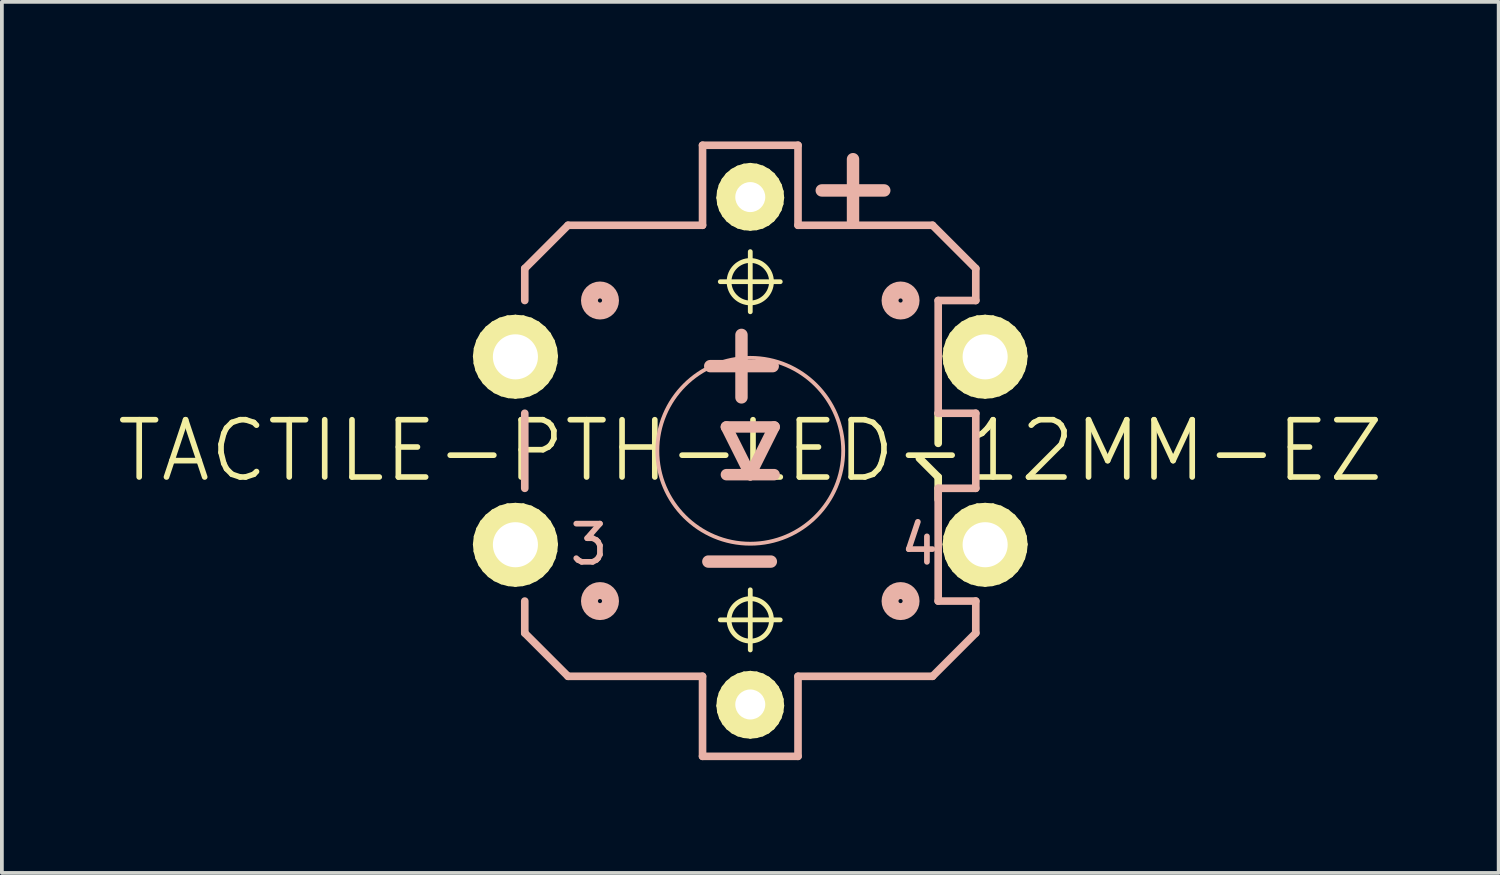
<source format=kicad_pcb>
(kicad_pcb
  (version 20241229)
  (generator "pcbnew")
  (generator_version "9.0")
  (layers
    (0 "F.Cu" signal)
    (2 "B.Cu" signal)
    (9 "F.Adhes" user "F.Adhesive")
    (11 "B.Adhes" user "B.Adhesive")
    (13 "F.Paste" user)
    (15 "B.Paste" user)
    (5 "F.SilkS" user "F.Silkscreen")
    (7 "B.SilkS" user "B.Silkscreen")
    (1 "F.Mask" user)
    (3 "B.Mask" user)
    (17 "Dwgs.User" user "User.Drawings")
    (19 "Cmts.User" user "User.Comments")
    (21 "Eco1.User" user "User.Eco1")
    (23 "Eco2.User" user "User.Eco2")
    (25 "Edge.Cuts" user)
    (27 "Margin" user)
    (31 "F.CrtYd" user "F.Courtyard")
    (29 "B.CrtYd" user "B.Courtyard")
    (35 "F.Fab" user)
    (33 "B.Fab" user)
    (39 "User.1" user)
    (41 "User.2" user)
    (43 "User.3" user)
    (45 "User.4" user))
  (footprint "TACTILE-PTH-LED-12MM-EZ"
    (layer "F.Cu")
    (at 16.909 8.942)
    (property "Reference" "TACTILE-PTH-LED-12MM-EZ" (at 0 0 0) (layer "F.SilkS") (effects (font (size 1.524 1.524) (thickness 0.15))))
    (attr exclude_from_pos_files exclude_from_bom)
    (fp_line (start -7.315 -2.515) (end -7.297 -2.329) (stroke (width 0.127) (type solid)) (layer "F.SilkS"))
    (fp_line (start -7.315 2.489) (end -7.297 2.672) (stroke (width 0.127) (type solid)) (layer "F.SilkS"))
    (fp_line (start -7.297 -2.329) (end -7.249 -2.149) (stroke (width 0.127) (type solid)) (layer "F.SilkS"))
    (fp_line (start -7.297 2.672) (end -7.249 2.852) (stroke (width 0.127) (type solid)) (layer "F.SilkS"))
    (fp_line (start -7.292 -2.718) (end -7.315 -2.515) (stroke (width 0.127) (type solid)) (layer "F.SilkS"))
    (fp_line (start -7.292 2.283) (end -7.315 2.489) (stroke (width 0.127) (type solid)) (layer "F.SilkS"))
    (fp_line (start -7.249 -2.149) (end -7.17 -1.981) (stroke (width 0.127) (type solid)) (layer "F.SilkS"))
    (fp_line (start -7.249 2.852) (end -7.17 3.023) (stroke (width 0.127) (type solid)) (layer "F.SilkS"))
    (fp_line (start -7.229 -2.916) (end -7.292 -2.718) (stroke (width 0.127) (type solid)) (layer "F.SilkS"))
    (fp_line (start -7.229 2.085) (end -7.292 2.283) (stroke (width 0.127) (type solid)) (layer "F.SilkS"))
    (fp_line (start -7.17 -1.981) (end -7.064 -1.829) (stroke (width 0.127) (type solid)) (layer "F.SilkS"))
    (fp_line (start -7.17 3.023) (end -7.064 3.172) (stroke (width 0.127) (type solid)) (layer "F.SilkS"))
    (fp_line (start -7.13 -3.096) (end -7.229 -2.916) (stroke (width 0.127) (type solid)) (layer "F.SilkS"))
    (fp_line (start -7.13 1.905) (end -7.229 2.085) (stroke (width 0.127) (type solid)) (layer "F.SilkS"))
    (fp_line (start -7.064 -1.829) (end -6.932 -1.697) (stroke (width 0.127) (type solid)) (layer "F.SilkS"))
    (fp_line (start -7.064 3.172) (end -6.932 3.305) (stroke (width 0.127) (type solid)) (layer "F.SilkS"))
    (fp_line (start -6.995 -3.254) (end -7.13 -3.096) (stroke (width 0.127) (type solid)) (layer "F.SilkS"))
    (fp_line (start -6.995 1.748) (end -7.13 1.905) (stroke (width 0.127) (type solid)) (layer "F.SilkS"))
    (fp_line (start -6.932 -1.697) (end -6.782 -1.59) (stroke (width 0.127) (type solid)) (layer "F.SilkS"))
    (fp_line (start -6.932 3.305) (end -6.782 3.411) (stroke (width 0.127) (type solid)) (layer "F.SilkS"))
    (fp_line (start -6.835 -3.383) (end -6.995 -3.254) (stroke (width 0.127) (type solid)) (layer "F.SilkS"))
    (fp_line (start -6.835 1.618) (end -6.995 1.748) (stroke (width 0.127) (type solid)) (layer "F.SilkS"))
    (fp_line (start -6.782 -1.59) (end -6.612 -1.511) (stroke (width 0.127) (type solid)) (layer "F.SilkS"))
    (fp_line (start -6.782 2.52) (end -6.764 2.634) (stroke (width 0.127) (type solid)) (layer "F.SilkS"))
    (fp_line (start -6.782 3.411) (end -6.612 3.49) (stroke (width 0.127) (type solid)) (layer "F.SilkS"))
    (fp_line (start -6.777 -2.469) (end -6.761 -2.355) (stroke (width 0.127) (type solid)) (layer "F.SilkS"))
    (fp_line (start -6.769 2.398) (end -6.782 2.52) (stroke (width 0.127) (type solid)) (layer "F.SilkS"))
    (fp_line (start -6.767 -2.591) (end -6.777 -2.469) (stroke (width 0.127) (type solid)) (layer "F.SilkS"))
    (fp_line (start -6.764 2.634) (end -6.723 2.741) (stroke (width 0.127) (type solid)) (layer "F.SilkS"))
    (fp_line (start -6.761 -2.355) (end -6.721 -2.248) (stroke (width 0.127) (type solid)) (layer "F.SilkS"))
    (fp_line (start -6.731 2.283) (end -6.769 2.398) (stroke (width 0.127) (type solid)) (layer "F.SilkS"))
    (fp_line (start -6.728 -2.705) (end -6.767 -2.591) (stroke (width 0.127) (type solid)) (layer "F.SilkS"))
    (fp_line (start -6.723 2.741) (end -6.66 2.837) (stroke (width 0.127) (type solid)) (layer "F.SilkS"))
    (fp_line (start -6.721 -2.248) (end -6.657 -2.151) (stroke (width 0.127) (type solid)) (layer "F.SilkS"))
    (fp_line (start -6.67 2.179) (end -6.731 2.283) (stroke (width 0.127) (type solid)) (layer "F.SilkS"))
    (fp_line (start -6.668 -2.809) (end -6.728 -2.705) (stroke (width 0.127) (type solid)) (layer "F.SilkS"))
    (fp_line (start -6.66 2.837) (end -6.576 2.918) (stroke (width 0.127) (type solid)) (layer "F.SilkS"))
    (fp_line (start -6.657 -2.151) (end -6.574 -2.07) (stroke (width 0.127) (type solid)) (layer "F.SilkS"))
    (fp_line (start -6.652 -3.48) (end -6.835 -3.383) (stroke (width 0.127) (type solid)) (layer "F.SilkS"))
    (fp_line (start -6.652 1.521) (end -6.835 1.618) (stroke (width 0.127) (type solid)) (layer "F.SilkS"))
    (fp_line (start -6.612 -1.511) (end -6.431 -1.463) (stroke (width 0.127) (type solid)) (layer "F.SilkS"))
    (fp_line (start -6.612 3.49) (end -6.431 3.538) (stroke (width 0.127) (type solid)) (layer "F.SilkS"))
    (fp_line (start -6.586 2.093) (end -6.67 2.179) (stroke (width 0.127) (type solid)) (layer "F.SilkS"))
    (fp_line (start -6.584 -2.896) (end -6.668 -2.809) (stroke (width 0.127) (type solid)) (layer "F.SilkS"))
    (fp_line (start -6.576 2.918) (end -6.477 2.977) (stroke (width 0.127) (type solid)) (layer "F.SilkS"))
    (fp_line (start -6.574 -2.07) (end -6.474 -2.012) (stroke (width 0.127) (type solid)) (layer "F.SilkS"))
    (fp_line (start -6.485 2.024) (end -6.586 2.093) (stroke (width 0.127) (type solid)) (layer "F.SilkS"))
    (fp_line (start -6.482 -2.964) (end -6.584 -2.896) (stroke (width 0.127) (type solid)) (layer "F.SilkS"))
    (fp_line (start -6.477 2.977) (end -6.368 3.012) (stroke (width 0.127) (type solid)) (layer "F.SilkS"))
    (fp_line (start -6.474 -2.012) (end -6.365 -1.976) (stroke (width 0.127) (type solid)) (layer "F.SilkS"))
    (fp_line (start -6.454 -3.538) (end -6.652 -3.48) (stroke (width 0.127) (type solid)) (layer "F.SilkS"))
    (fp_line (start -6.454 1.463) (end -6.652 1.521) (stroke (width 0.127) (type solid)) (layer "F.SilkS"))
    (fp_line (start -6.431 -1.463) (end -6.248 -1.448) (stroke (width 0.127) (type solid)) (layer "F.SilkS"))
    (fp_line (start -6.431 3.538) (end -6.248 3.556) (stroke (width 0.127) (type solid)) (layer "F.SilkS"))
    (fp_line (start -6.373 1.984) (end -6.485 2.024) (stroke (width 0.127) (type solid)) (layer "F.SilkS"))
    (fp_line (start -6.37 -3.005) (end -6.482 -2.964) (stroke (width 0.127) (type solid)) (layer "F.SilkS"))
    (fp_line (start -6.368 3.012) (end -6.253 3.025) (stroke (width 0.127) (type solid)) (layer "F.SilkS"))
    (fp_line (start -6.365 -1.976) (end -6.251 -1.963) (stroke (width 0.127) (type solid)) (layer "F.SilkS"))
    (fp_line (start -6.253 3.025) (end -6.134 3.007) (stroke (width 0.127) (type solid)) (layer "F.SilkS"))
    (fp_line (start -6.251 -1.963) (end -6.132 -1.981) (stroke (width 0.127) (type solid)) (layer "F.SilkS"))
    (fp_line (start -6.251 1.968) (end -6.373 1.984) (stroke (width 0.127) (type solid)) (layer "F.SilkS"))
    (fp_line (start -6.248 -3.556) (end -6.454 -3.538) (stroke (width 0.127) (type solid)) (layer "F.SilkS"))
    (fp_line (start -6.248 -3.02) (end -6.37 -3.005) (stroke (width 0.127) (type solid)) (layer "F.SilkS"))
    (fp_line (start -6.248 -1.448) (end -6.063 -1.463) (stroke (width 0.127) (type solid)) (layer "F.SilkS"))
    (fp_line (start -6.248 1.448) (end -6.454 1.463) (stroke (width 0.127) (type solid)) (layer "F.SilkS"))
    (fp_line (start -6.248 3.556) (end -6.063 3.538) (stroke (width 0.127) (type solid)) (layer "F.SilkS"))
    (fp_line (start -6.137 1.979) (end -6.251 1.968) (stroke (width 0.127) (type solid)) (layer "F.SilkS"))
    (fp_line (start -6.134 -3.01) (end -6.248 -3.02) (stroke (width 0.127) (type solid)) (layer "F.SilkS"))
    (fp_line (start -6.134 3.007) (end -6.02 2.967) (stroke (width 0.127) (type solid)) (layer "F.SilkS"))
    (fp_line (start -6.132 -1.981) (end -6.017 -2.022) (stroke (width 0.127) (type solid)) (layer "F.SilkS"))
    (fp_line (start -6.063 -1.463) (end -5.883 -1.511) (stroke (width 0.127) (type solid)) (layer "F.SilkS"))
    (fp_line (start -6.063 3.538) (end -5.883 3.49) (stroke (width 0.127) (type solid)) (layer "F.SilkS"))
    (fp_line (start -6.04 -3.538) (end -6.248 -3.556) (stroke (width 0.127) (type solid)) (layer "F.SilkS"))
    (fp_line (start -6.04 1.463) (end -6.248 1.448) (stroke (width 0.127) (type solid)) (layer "F.SilkS"))
    (fp_line (start -6.027 2.014) (end -6.137 1.979) (stroke (width 0.127) (type solid)) (layer "F.SilkS"))
    (fp_line (start -6.025 -2.974) (end -6.134 -3.01) (stroke (width 0.127) (type solid)) (layer "F.SilkS"))
    (fp_line (start -6.02 2.967) (end -5.921 2.901) (stroke (width 0.127) (type solid)) (layer "F.SilkS"))
    (fp_line (start -6.017 -2.022) (end -5.918 -2.088) (stroke (width 0.127) (type solid)) (layer "F.SilkS"))
    (fp_line (start -5.928 2.075) (end -6.027 2.014) (stroke (width 0.127) (type solid)) (layer "F.SilkS"))
    (fp_line (start -5.926 -2.913) (end -6.025 -2.974) (stroke (width 0.127) (type solid)) (layer "F.SilkS"))
    (fp_line (start -5.921 2.901) (end -5.837 2.814) (stroke (width 0.127) (type solid)) (layer "F.SilkS"))
    (fp_line (start -5.918 -2.088) (end -5.834 -2.174) (stroke (width 0.127) (type solid)) (layer "F.SilkS"))
    (fp_line (start -5.883 -1.511) (end -5.715 -1.59) (stroke (width 0.127) (type solid)) (layer "F.SilkS"))
    (fp_line (start -5.883 3.49) (end -5.715 3.411) (stroke (width 0.127) (type solid)) (layer "F.SilkS"))
    (fp_line (start -5.845 2.156) (end -5.928 2.075) (stroke (width 0.127) (type solid)) (layer "F.SilkS"))
    (fp_line (start -5.842 -3.48) (end -6.04 -3.538) (stroke (width 0.127) (type solid)) (layer "F.SilkS"))
    (fp_line (start -5.842 -2.832) (end -5.926 -2.913) (stroke (width 0.127) (type solid)) (layer "F.SilkS"))
    (fp_line (start -5.842 1.521) (end -6.04 1.463) (stroke (width 0.127) (type solid)) (layer "F.SilkS"))
    (fp_line (start -5.837 2.814) (end -5.776 2.71) (stroke (width 0.127) (type solid)) (layer "F.SilkS"))
    (fp_line (start -5.834 -2.174) (end -5.773 -2.278) (stroke (width 0.127) (type solid)) (layer "F.SilkS"))
    (fp_line (start -5.781 2.253) (end -5.845 2.156) (stroke (width 0.127) (type solid)) (layer "F.SilkS"))
    (fp_line (start -5.779 -2.736) (end -5.842 -2.832) (stroke (width 0.127) (type solid)) (layer "F.SilkS"))
    (fp_line (start -5.776 2.71) (end -5.738 2.598) (stroke (width 0.127) (type solid)) (layer "F.SilkS"))
    (fp_line (start -5.773 -2.278) (end -5.735 -2.39) (stroke (width 0.127) (type solid)) (layer "F.SilkS"))
    (fp_line (start -5.74 2.362) (end -5.781 2.253) (stroke (width 0.127) (type solid)) (layer "F.SilkS"))
    (fp_line (start -5.738 -2.626) (end -5.779 -2.736) (stroke (width 0.127) (type solid)) (layer "F.SilkS"))
    (fp_line (start -5.738 2.598) (end -5.728 2.479) (stroke (width 0.127) (type solid)) (layer "F.SilkS"))
    (fp_line (start -5.735 -2.39) (end -5.723 -2.51) (stroke (width 0.127) (type solid)) (layer "F.SilkS"))
    (fp_line (start -5.728 2.479) (end -5.74 2.362) (stroke (width 0.127) (type solid)) (layer "F.SilkS"))
    (fp_line (start -5.723 -2.51) (end -5.738 -2.626) (stroke (width 0.127) (type solid)) (layer "F.SilkS"))
    (fp_line (start -5.715 -1.59) (end -5.563 -1.697) (stroke (width 0.127) (type solid)) (layer "F.SilkS"))
    (fp_line (start -5.715 3.411) (end -5.563 3.305) (stroke (width 0.127) (type solid)) (layer "F.SilkS"))
    (fp_line (start -5.659 -3.383) (end -5.842 -3.48) (stroke (width 0.127) (type solid)) (layer "F.SilkS"))
    (fp_line (start -5.659 1.618) (end -5.842 1.521) (stroke (width 0.127) (type solid)) (layer "F.SilkS"))
    (fp_line (start -5.563 -1.697) (end -5.431 -1.829) (stroke (width 0.127) (type solid)) (layer "F.SilkS"))
    (fp_line (start -5.563 3.305) (end -5.431 3.172) (stroke (width 0.127) (type solid)) (layer "F.SilkS"))
    (fp_line (start -5.499 -3.254) (end -5.659 -3.383) (stroke (width 0.127) (type solid)) (layer "F.SilkS"))
    (fp_line (start -5.499 1.748) (end -5.659 1.618) (stroke (width 0.127) (type solid)) (layer "F.SilkS"))
    (fp_line (start -5.431 -1.829) (end -5.324 -1.981) (stroke (width 0.127) (type solid)) (layer "F.SilkS"))
    (fp_line (start -5.431 3.172) (end -5.324 3.023) (stroke (width 0.127) (type solid)) (layer "F.SilkS"))
    (fp_line (start -5.364 -3.096) (end -5.499 -3.254) (stroke (width 0.127) (type solid)) (layer "F.SilkS"))
    (fp_line (start -5.364 1.905) (end -5.499 1.748) (stroke (width 0.127) (type solid)) (layer "F.SilkS"))
    (fp_line (start -5.324 -1.981) (end -5.245 -2.149) (stroke (width 0.127) (type solid)) (layer "F.SilkS"))
    (fp_line (start -5.324 3.023) (end -5.245 2.852) (stroke (width 0.127) (type solid)) (layer "F.SilkS"))
    (fp_line (start -5.265 -2.916) (end -5.364 -3.096) (stroke (width 0.127) (type solid)) (layer "F.SilkS"))
    (fp_line (start -5.265 2.085) (end -5.364 1.905) (stroke (width 0.127) (type solid)) (layer "F.SilkS"))
    (fp_line (start -5.245 -2.149) (end -5.197 -2.329) (stroke (width 0.127) (type solid)) (layer "F.SilkS"))
    (fp_line (start -5.245 2.852) (end -5.197 2.672) (stroke (width 0.127) (type solid)) (layer "F.SilkS"))
    (fp_line (start -5.202 -2.718) (end -5.265 -2.916) (stroke (width 0.127) (type solid)) (layer "F.SilkS"))
    (fp_line (start -5.202 2.283) (end -5.265 2.085) (stroke (width 0.127) (type solid)) (layer "F.SilkS"))
    (fp_line (start -5.197 -2.329) (end -5.179 -2.515) (stroke (width 0.127) (type solid)) (layer "F.SilkS"))
    (fp_line (start -5.197 2.672) (end -5.179 2.489) (stroke (width 0.127) (type solid)) (layer "F.SilkS"))
    (fp_line (start -5.179 -2.515) (end -5.202 -2.718) (stroke (width 0.127) (type solid)) (layer "F.SilkS"))
    (fp_line (start -5.179 2.489) (end -5.202 2.283) (stroke (width 0.127) (type solid)) (layer "F.SilkS"))
    (fp_line (start -0.838 -6.731) (end -0.818 -6.568) (stroke (width 0.127) (type solid)) (layer "F.SilkS"))
    (fp_line (start -0.838 6.782) (end -0.818 6.942) (stroke (width 0.127) (type solid)) (layer "F.SilkS"))
    (fp_line (start -0.823 -6.896) (end -0.838 -6.731) (stroke (width 0.127) (type solid)) (layer "F.SilkS"))
    (fp_line (start -0.823 6.614) (end -0.838 6.782) (stroke (width 0.127) (type solid)) (layer "F.SilkS"))
    (fp_line (start -0.818 -6.568) (end -0.77 -6.416) (stroke (width 0.127) (type solid)) (layer "F.SilkS"))
    (fp_line (start -0.818 6.942) (end -0.77 7.094) (stroke (width 0.127) (type solid)) (layer "F.SilkS"))
    (fp_line (start -0.798 -4.498) (end 0.798 -4.498) (stroke (width 0.127) (type solid)) (layer "F.SilkS"))
    (fp_line (start -0.798 4.498) (end 0.798 4.498) (stroke (width 0.127) (type solid)) (layer "F.SilkS"))
    (fp_line (start -0.777 -7.056) (end -0.823 -6.896) (stroke (width 0.127) (type solid)) (layer "F.SilkS"))
    (fp_line (start -0.777 6.454) (end -0.823 6.614) (stroke (width 0.127) (type solid)) (layer "F.SilkS"))
    (fp_line (start -0.77 -6.416) (end -0.691 -6.274) (stroke (width 0.127) (type solid)) (layer "F.SilkS"))
    (fp_line (start -0.77 7.094) (end -0.691 7.236) (stroke (width 0.127) (type solid)) (layer "F.SilkS"))
    (fp_line (start -0.701 -7.203) (end -0.777 -7.056) (stroke (width 0.127) (type solid)) (layer "F.SilkS"))
    (fp_line (start -0.701 6.307) (end -0.777 6.454) (stroke (width 0.127) (type solid)) (layer "F.SilkS"))
    (fp_line (start -0.691 -6.274) (end -0.587 -6.149) (stroke (width 0.127) (type solid)) (layer "F.SilkS"))
    (fp_line (start -0.691 7.236) (end -0.587 7.361) (stroke (width 0.127) (type solid)) (layer "F.SilkS"))
    (fp_line (start -0.597 -7.336) (end -0.701 -7.203) (stroke (width 0.127) (type solid)) (layer "F.SilkS"))
    (fp_line (start -0.597 6.175) (end -0.701 6.307) (stroke (width 0.127) (type solid)) (layer "F.SilkS"))
    (fp_line (start -0.587 -6.149) (end -0.46 -6.048) (stroke (width 0.127) (type solid)) (layer "F.SilkS"))
    (fp_line (start -0.587 7.361) (end -0.46 7.463) (stroke (width 0.127) (type solid)) (layer "F.SilkS"))
    (fp_line (start -0.47 -7.442) (end -0.597 -7.336) (stroke (width 0.127) (type solid)) (layer "F.SilkS"))
    (fp_line (start -0.47 6.068) (end -0.597 6.175) (stroke (width 0.127) (type solid)) (layer "F.SilkS"))
    (fp_line (start -0.46 -6.048) (end -0.315 -5.974) (stroke (width 0.127) (type solid)) (layer "F.SilkS"))
    (fp_line (start -0.46 7.463) (end -0.315 7.536) (stroke (width 0.127) (type solid)) (layer "F.SilkS"))
    (fp_line (start -0.33 -6.731) (end -0.315 -6.647) (stroke (width 0.127) (type solid)) (layer "F.SilkS"))
    (fp_line (start -0.33 6.774) (end -0.315 6.855) (stroke (width 0.127) (type solid)) (layer "F.SilkS"))
    (fp_line (start -0.323 -7.523) (end -0.47 -7.442) (stroke (width 0.127) (type solid)) (layer "F.SilkS"))
    (fp_line (start -0.323 -6.807) (end -0.33 -6.731) (stroke (width 0.127) (type solid)) (layer "F.SilkS"))
    (fp_line (start -0.323 5.987) (end -0.47 6.068) (stroke (width 0.127) (type solid)) (layer "F.SilkS"))
    (fp_line (start -0.323 6.695) (end -0.33 6.774) (stroke (width 0.127) (type solid)) (layer "F.SilkS"))
    (fp_line (start -0.315 -6.647) (end -0.279 -6.574) (stroke (width 0.127) (type solid)) (layer "F.SilkS"))
    (fp_line (start -0.315 -5.974) (end -0.16 -5.931) (stroke (width 0.127) (type solid)) (layer "F.SilkS"))
    (fp_line (start -0.315 6.855) (end -0.279 6.929) (stroke (width 0.127) (type solid)) (layer "F.SilkS"))
    (fp_line (start -0.315 7.536) (end -0.16 7.579) (stroke (width 0.127) (type solid)) (layer "F.SilkS"))
    (fp_line (start -0.3 -6.881) (end -0.323 -6.807) (stroke (width 0.127) (type solid)) (layer "F.SilkS"))
    (fp_line (start -0.3 6.622) (end -0.323 6.695) (stroke (width 0.127) (type solid)) (layer "F.SilkS"))
    (fp_line (start -0.279 -6.574) (end -0.226 -6.51) (stroke (width 0.127) (type solid)) (layer "F.SilkS"))
    (fp_line (start -0.279 6.929) (end -0.226 6.993) (stroke (width 0.127) (type solid)) (layer "F.SilkS"))
    (fp_line (start -0.262 -6.947) (end -0.3 -6.881) (stroke (width 0.127) (type solid)) (layer "F.SilkS"))
    (fp_line (start -0.262 6.556) (end -0.3 6.622) (stroke (width 0.127) (type solid)) (layer "F.SilkS"))
    (fp_line (start -0.226 -6.51) (end -0.16 -6.462) (stroke (width 0.127) (type solid)) (layer "F.SilkS"))
    (fp_line (start -0.226 6.993) (end -0.16 7.041) (stroke (width 0.127) (type solid)) (layer "F.SilkS"))
    (fp_line (start -0.211 -7.003) (end -0.262 -6.947) (stroke (width 0.127) (type solid)) (layer "F.SilkS"))
    (fp_line (start -0.211 6.5) (end -0.262 6.556) (stroke (width 0.127) (type solid)) (layer "F.SilkS"))
    (fp_line (start -0.165 -7.574) (end -0.323 -7.523) (stroke (width 0.127) (type solid)) (layer "F.SilkS"))
    (fp_line (start -0.165 5.936) (end -0.323 5.987) (stroke (width 0.127) (type solid)) (layer "F.SilkS"))
    (fp_line (start -0.16 -6.462) (end -0.081 -6.431) (stroke (width 0.127) (type solid)) (layer "F.SilkS"))
    (fp_line (start -0.16 -5.931) (end 0 -5.918) (stroke (width 0.127) (type solid)) (layer "F.SilkS"))
    (fp_line (start -0.16 7.041) (end -0.081 7.071) (stroke (width 0.127) (type solid)) (layer "F.SilkS"))
    (fp_line (start -0.16 7.579) (end 0 7.595) (stroke (width 0.127) (type solid)) (layer "F.SilkS"))
    (fp_line (start -0.147 -7.046) (end -0.211 -7.003) (stroke (width 0.127) (type solid)) (layer "F.SilkS"))
    (fp_line (start -0.147 6.457) (end -0.211 6.5) (stroke (width 0.127) (type solid)) (layer "F.SilkS"))
    (fp_line (start -0.081 -6.431) (end 0 -6.426) (stroke (width 0.127) (type solid)) (layer "F.SilkS"))
    (fp_line (start -0.081 7.071) (end 0 7.079) (stroke (width 0.127) (type solid)) (layer "F.SilkS"))
    (fp_line (start -0.074 -7.074) (end -0.147 -7.046) (stroke (width 0.127) (type solid)) (layer "F.SilkS"))
    (fp_line (start -0.074 6.429) (end -0.147 6.457) (stroke (width 0.127) (type solid)) (layer "F.SilkS"))
    (fp_line (start 0 -7.595) (end -0.165 -7.574) (stroke (width 0.127) (type solid)) (layer "F.SilkS"))
    (fp_line (start 0 -7.087) (end -0.074 -7.074) (stroke (width 0.127) (type solid)) (layer "F.SilkS"))
    (fp_line (start 0 -6.426) (end 0.071 -6.434) (stroke (width 0.127) (type solid)) (layer "F.SilkS"))
    (fp_line (start 0 -5.918) (end 0.16 -5.931) (stroke (width 0.127) (type solid)) (layer "F.SilkS"))
    (fp_line (start 0 -3.698) (end 0 -5.298) (stroke (width 0.127) (type solid)) (layer "F.SilkS"))
    (fp_line (start 0 5.298) (end 0 3.698) (stroke (width 0.127) (type solid)) (layer "F.SilkS"))
    (fp_line (start 0 5.918) (end -0.165 5.936) (stroke (width 0.127) (type solid)) (layer "F.SilkS"))
    (fp_line (start 0 6.419) (end -0.074 6.429) (stroke (width 0.127) (type solid)) (layer "F.SilkS"))
    (fp_line (start 0 7.079) (end 0.071 7.069) (stroke (width 0.127) (type solid)) (layer "F.SilkS"))
    (fp_line (start 0 7.595) (end 0.16 7.579) (stroke (width 0.127) (type solid)) (layer "F.SilkS"))
    (fp_line (start 0.071 -6.434) (end 0.142 -6.457) (stroke (width 0.127) (type solid)) (layer "F.SilkS"))
    (fp_line (start 0.071 7.069) (end 0.142 7.046) (stroke (width 0.127) (type solid)) (layer "F.SilkS"))
    (fp_line (start 0.084 -7.074) (end 0 -7.087) (stroke (width 0.127) (type solid)) (layer "F.SilkS"))
    (fp_line (start 0.084 6.429) (end 0 6.419) (stroke (width 0.127) (type solid)) (layer "F.SilkS"))
    (fp_line (start 0.142 -6.457) (end 0.206 -6.497) (stroke (width 0.127) (type solid)) (layer "F.SilkS"))
    (fp_line (start 0.142 7.046) (end 0.206 7.005) (stroke (width 0.127) (type solid)) (layer "F.SilkS"))
    (fp_line (start 0.16 -5.931) (end 0.315 -5.974) (stroke (width 0.127) (type solid)) (layer "F.SilkS"))
    (fp_line (start 0.16 7.579) (end 0.315 7.536) (stroke (width 0.127) (type solid)) (layer "F.SilkS"))
    (fp_line (start 0.165 -7.574) (end 0 -7.595) (stroke (width 0.127) (type solid)) (layer "F.SilkS"))
    (fp_line (start 0.165 -7.041) (end 0.084 -7.074) (stroke (width 0.127) (type solid)) (layer "F.SilkS"))
    (fp_line (start 0.165 5.936) (end 0 5.918) (stroke (width 0.127) (type solid)) (layer "F.SilkS"))
    (fp_line (start 0.165 6.462) (end 0.084 6.429) (stroke (width 0.127) (type solid)) (layer "F.SilkS"))
    (fp_line (start 0.206 -6.497) (end 0.257 -6.548) (stroke (width 0.127) (type solid)) (layer "F.SilkS"))
    (fp_line (start 0.206 7.005) (end 0.257 6.955) (stroke (width 0.127) (type solid)) (layer "F.SilkS"))
    (fp_line (start 0.231 -6.988) (end 0.165 -7.041) (stroke (width 0.127) (type solid)) (layer "F.SilkS"))
    (fp_line (start 0.231 6.515) (end 0.165 6.462) (stroke (width 0.127) (type solid)) (layer "F.SilkS"))
    (fp_line (start 0.257 -6.548) (end 0.297 -6.612) (stroke (width 0.127) (type solid)) (layer "F.SilkS"))
    (fp_line (start 0.257 6.955) (end 0.297 6.891) (stroke (width 0.127) (type solid)) (layer "F.SilkS"))
    (fp_line (start 0.284 -6.921) (end 0.231 -6.988) (stroke (width 0.127) (type solid)) (layer "F.SilkS"))
    (fp_line (start 0.284 6.584) (end 0.231 6.515) (stroke (width 0.127) (type solid)) (layer "F.SilkS"))
    (fp_line (start 0.297 -6.612) (end 0.32 -6.683) (stroke (width 0.127) (type solid)) (layer "F.SilkS"))
    (fp_line (start 0.297 6.891) (end 0.32 6.82) (stroke (width 0.127) (type solid)) (layer "F.SilkS"))
    (fp_line (start 0.315 -5.974) (end 0.46 -6.048) (stroke (width 0.127) (type solid)) (layer "F.SilkS"))
    (fp_line (start 0.315 7.536) (end 0.46 7.463) (stroke (width 0.127) (type solid)) (layer "F.SilkS"))
    (fp_line (start 0.318 -6.84) (end 0.284 -6.921) (stroke (width 0.127) (type solid)) (layer "F.SilkS"))
    (fp_line (start 0.318 6.662) (end 0.284 6.584) (stroke (width 0.127) (type solid)) (layer "F.SilkS"))
    (fp_line (start 0.32 -6.683) (end 0.33 -6.756) (stroke (width 0.127) (type solid)) (layer "F.SilkS"))
    (fp_line (start 0.32 6.82) (end 0.33 6.749) (stroke (width 0.127) (type solid)) (layer "F.SilkS"))
    (fp_line (start 0.323 -7.523) (end 0.165 -7.574) (stroke (width 0.127) (type solid)) (layer "F.SilkS"))
    (fp_line (start 0.323 5.987) (end 0.165 5.936) (stroke (width 0.127) (type solid)) (layer "F.SilkS"))
    (fp_line (start 0.33 -6.756) (end 0.318 -6.84) (stroke (width 0.127) (type solid)) (layer "F.SilkS"))
    (fp_line (start 0.33 6.749) (end 0.318 6.662) (stroke (width 0.127) (type solid)) (layer "F.SilkS"))
    (fp_line (start 0.46 -6.048) (end 0.587 -6.149) (stroke (width 0.127) (type solid)) (layer "F.SilkS"))
    (fp_line (start 0.46 7.463) (end 0.587 7.361) (stroke (width 0.127) (type solid)) (layer "F.SilkS"))
    (fp_line (start 0.47 -7.442) (end 0.323 -7.523) (stroke (width 0.127) (type solid)) (layer "F.SilkS"))
    (fp_line (start 0.47 6.068) (end 0.323 5.987) (stroke (width 0.127) (type solid)) (layer "F.SilkS"))
    (fp_line (start 0.587 -6.149) (end 0.691 -6.274) (stroke (width 0.127) (type solid)) (layer "F.SilkS"))
    (fp_line (start 0.587 7.361) (end 0.691 7.236) (stroke (width 0.127) (type solid)) (layer "F.SilkS"))
    (fp_line (start 0.597 -7.336) (end 0.47 -7.442) (stroke (width 0.127) (type solid)) (layer "F.SilkS"))
    (fp_line (start 0.597 6.175) (end 0.47 6.068) (stroke (width 0.127) (type solid)) (layer "F.SilkS"))
    (fp_line (start 0.691 -6.274) (end 0.77 -6.416) (stroke (width 0.127) (type solid)) (layer "F.SilkS"))
    (fp_line (start 0.691 7.236) (end 0.77 7.094) (stroke (width 0.127) (type solid)) (layer "F.SilkS"))
    (fp_line (start 0.701 -7.203) (end 0.597 -7.336) (stroke (width 0.127) (type solid)) (layer "F.SilkS"))
    (fp_line (start 0.701 6.307) (end 0.597 6.175) (stroke (width 0.127) (type solid)) (layer "F.SilkS"))
    (fp_line (start 0.77 -6.416) (end 0.818 -6.568) (stroke (width 0.127) (type solid)) (layer "F.SilkS"))
    (fp_line (start 0.77 7.094) (end 0.818 6.942) (stroke (width 0.127) (type solid)) (layer "F.SilkS"))
    (fp_line (start 0.777 -7.056) (end 0.701 -7.203) (stroke (width 0.127) (type solid)) (layer "F.SilkS"))
    (fp_line (start 0.777 6.454) (end 0.701 6.307) (stroke (width 0.127) (type solid)) (layer "F.SilkS"))
    (fp_line (start 0.818 -6.568) (end 0.838 -6.731) (stroke (width 0.127) (type solid)) (layer "F.SilkS"))
    (fp_line (start 0.818 6.942) (end 0.838 6.782) (stroke (width 0.127) (type solid)) (layer "F.SilkS"))
    (fp_line (start 0.823 -6.896) (end 0.777 -7.056) (stroke (width 0.127) (type solid)) (layer "F.SilkS"))
    (fp_line (start 0.823 6.614) (end 0.777 6.454) (stroke (width 0.127) (type solid)) (layer "F.SilkS"))
    (fp_line (start 0.838 -6.731) (end 0.823 -6.896) (stroke (width 0.127) (type solid)) (layer "F.SilkS"))
    (fp_line (start 0.838 6.782) (end 0.823 6.614) (stroke (width 0.127) (type solid)) (layer "F.SilkS"))
    (fp_line (start 4.999 -0.198) (end 4.999 -0.998) (stroke (width 0.203) (type solid)) (layer "F.SilkS"))
    (fp_line (start 4.999 0.699) (end 4.498 0.198) (stroke (width 0.203) (type solid)) (layer "F.SilkS"))
    (fp_line (start 4.999 1.298) (end 4.999 0.699) (stroke (width 0.203) (type solid)) (layer "F.SilkS"))
    (fp_line (start 5.179 -2.515) (end 5.197 -2.329) (stroke (width 0.127) (type solid)) (layer "F.SilkS"))
    (fp_line (start 5.179 2.489) (end 5.197 2.672) (stroke (width 0.127) (type solid)) (layer "F.SilkS"))
    (fp_line (start 5.197 -2.329) (end 5.245 -2.149) (stroke (width 0.127) (type solid)) (layer "F.SilkS"))
    (fp_line (start 5.197 2.672) (end 5.245 2.852) (stroke (width 0.127) (type solid)) (layer "F.SilkS"))
    (fp_line (start 5.202 -2.718) (end 5.179 -2.515) (stroke (width 0.127) (type solid)) (layer "F.SilkS"))
    (fp_line (start 5.202 2.283) (end 5.179 2.489) (stroke (width 0.127) (type solid)) (layer "F.SilkS"))
    (fp_line (start 5.245 -2.149) (end 5.324 -1.981) (stroke (width 0.127) (type solid)) (layer "F.SilkS"))
    (fp_line (start 5.245 2.852) (end 5.324 3.023) (stroke (width 0.127) (type solid)) (layer "F.SilkS"))
    (fp_line (start 5.265 -2.916) (end 5.202 -2.718) (stroke (width 0.127) (type solid)) (layer "F.SilkS"))
    (fp_line (start 5.265 2.085) (end 5.202 2.283) (stroke (width 0.127) (type solid)) (layer "F.SilkS"))
    (fp_line (start 5.324 -1.981) (end 5.431 -1.829) (stroke (width 0.127) (type solid)) (layer "F.SilkS"))
    (fp_line (start 5.324 3.023) (end 5.431 3.172) (stroke (width 0.127) (type solid)) (layer "F.SilkS"))
    (fp_line (start 5.364 -3.096) (end 5.265 -2.916) (stroke (width 0.127) (type solid)) (layer "F.SilkS"))
    (fp_line (start 5.364 1.905) (end 5.265 2.085) (stroke (width 0.127) (type solid)) (layer "F.SilkS"))
    (fp_line (start 5.431 -1.829) (end 5.563 -1.697) (stroke (width 0.127) (type solid)) (layer "F.SilkS"))
    (fp_line (start 5.431 3.172) (end 5.563 3.305) (stroke (width 0.127) (type solid)) (layer "F.SilkS"))
    (fp_line (start 5.499 -3.254) (end 5.364 -3.096) (stroke (width 0.127) (type solid)) (layer "F.SilkS"))
    (fp_line (start 5.499 1.748) (end 5.364 1.905) (stroke (width 0.127) (type solid)) (layer "F.SilkS"))
    (fp_line (start 5.563 -1.697) (end 5.715 -1.59) (stroke (width 0.127) (type solid)) (layer "F.SilkS"))
    (fp_line (start 5.563 3.305) (end 5.715 3.411) (stroke (width 0.127) (type solid)) (layer "F.SilkS"))
    (fp_line (start 5.659 -3.383) (end 5.499 -3.254) (stroke (width 0.127) (type solid)) (layer "F.SilkS"))
    (fp_line (start 5.659 1.618) (end 5.499 1.748) (stroke (width 0.127) (type solid)) (layer "F.SilkS"))
    (fp_line (start 5.715 -1.59) (end 5.883 -1.511) (stroke (width 0.127) (type solid)) (layer "F.SilkS"))
    (fp_line (start 5.715 3.411) (end 5.883 3.49) (stroke (width 0.127) (type solid)) (layer "F.SilkS"))
    (fp_line (start 5.72 -2.471) (end 5.738 -2.357) (stroke (width 0.127) (type solid)) (layer "F.SilkS"))
    (fp_line (start 5.728 2.525) (end 5.743 2.639) (stroke (width 0.127) (type solid)) (layer "F.SilkS"))
    (fp_line (start 5.733 -2.593) (end 5.72 -2.471) (stroke (width 0.127) (type solid)) (layer "F.SilkS"))
    (fp_line (start 5.738 -2.357) (end 5.779 -2.25) (stroke (width 0.127) (type solid)) (layer "F.SilkS"))
    (fp_line (start 5.738 2.403) (end 5.728 2.525) (stroke (width 0.127) (type solid)) (layer "F.SilkS"))
    (fp_line (start 5.743 2.639) (end 5.784 2.746) (stroke (width 0.127) (type solid)) (layer "F.SilkS"))
    (fp_line (start 5.771 -2.708) (end 5.733 -2.593) (stroke (width 0.127) (type solid)) (layer "F.SilkS"))
    (fp_line (start 5.776 2.289) (end 5.738 2.403) (stroke (width 0.127) (type solid)) (layer "F.SilkS"))
    (fp_line (start 5.779 -2.25) (end 5.842 -2.154) (stroke (width 0.127) (type solid)) (layer "F.SilkS"))
    (fp_line (start 5.784 2.746) (end 5.847 2.842) (stroke (width 0.127) (type solid)) (layer "F.SilkS"))
    (fp_line (start 5.832 -2.812) (end 5.771 -2.708) (stroke (width 0.127) (type solid)) (layer "F.SilkS"))
    (fp_line (start 5.837 2.184) (end 5.776 2.289) (stroke (width 0.127) (type solid)) (layer "F.SilkS"))
    (fp_line (start 5.842 -3.48) (end 5.659 -3.383) (stroke (width 0.127) (type solid)) (layer "F.SilkS"))
    (fp_line (start 5.842 -2.154) (end 5.926 -2.073) (stroke (width 0.127) (type solid)) (layer "F.SilkS"))
    (fp_line (start 5.842 1.521) (end 5.659 1.618) (stroke (width 0.127) (type solid)) (layer "F.SilkS"))
    (fp_line (start 5.847 2.842) (end 5.931 2.924) (stroke (width 0.127) (type solid)) (layer "F.SilkS"))
    (fp_line (start 5.883 -1.511) (end 6.063 -1.463) (stroke (width 0.127) (type solid)) (layer "F.SilkS"))
    (fp_line (start 5.883 3.49) (end 6.063 3.538) (stroke (width 0.127) (type solid)) (layer "F.SilkS"))
    (fp_line (start 5.916 -2.898) (end 5.832 -2.812) (stroke (width 0.127) (type solid)) (layer "F.SilkS"))
    (fp_line (start 5.921 2.098) (end 5.837 2.184) (stroke (width 0.127) (type solid)) (layer "F.SilkS"))
    (fp_line (start 5.926 -2.073) (end 6.025 -2.014) (stroke (width 0.127) (type solid)) (layer "F.SilkS"))
    (fp_line (start 5.931 2.924) (end 6.03 2.982) (stroke (width 0.127) (type solid)) (layer "F.SilkS"))
    (fp_line (start 6.017 -2.967) (end 5.916 -2.898) (stroke (width 0.127) (type solid)) (layer "F.SilkS"))
    (fp_line (start 6.022 2.029) (end 5.921 2.098) (stroke (width 0.127) (type solid)) (layer "F.SilkS"))
    (fp_line (start 6.025 -2.014) (end 6.134 -1.979) (stroke (width 0.127) (type solid)) (layer "F.SilkS"))
    (fp_line (start 6.03 2.982) (end 6.139 3.018) (stroke (width 0.127) (type solid)) (layer "F.SilkS"))
    (fp_line (start 6.04 -3.538) (end 5.842 -3.48) (stroke (width 0.127) (type solid)) (layer "F.SilkS"))
    (fp_line (start 6.04 1.463) (end 5.842 1.521) (stroke (width 0.127) (type solid)) (layer "F.SilkS"))
    (fp_line (start 6.063 -1.463) (end 6.248 -1.448) (stroke (width 0.127) (type solid)) (layer "F.SilkS"))
    (fp_line (start 6.063 3.538) (end 6.248 3.556) (stroke (width 0.127) (type solid)) (layer "F.SilkS"))
    (fp_line (start 6.129 -3.007) (end 6.017 -2.967) (stroke (width 0.127) (type solid)) (layer "F.SilkS"))
    (fp_line (start 6.134 -1.979) (end 6.248 -1.966) (stroke (width 0.127) (type solid)) (layer "F.SilkS"))
    (fp_line (start 6.134 1.989) (end 6.022 2.029) (stroke (width 0.127) (type solid)) (layer "F.SilkS"))
    (fp_line (start 6.139 3.018) (end 6.253 3.03) (stroke (width 0.127) (type solid)) (layer "F.SilkS"))
    (fp_line (start 6.248 -3.556) (end 6.04 -3.538) (stroke (width 0.127) (type solid)) (layer "F.SilkS"))
    (fp_line (start 6.248 -1.966) (end 6.368 -1.984) (stroke (width 0.127) (type solid)) (layer "F.SilkS"))
    (fp_line (start 6.248 -1.448) (end 6.431 -1.463) (stroke (width 0.127) (type solid)) (layer "F.SilkS"))
    (fp_line (start 6.248 1.448) (end 6.04 1.463) (stroke (width 0.127) (type solid)) (layer "F.SilkS"))
    (fp_line (start 6.248 3.556) (end 6.431 3.538) (stroke (width 0.127) (type solid)) (layer "F.SilkS"))
    (fp_line (start 6.251 -3.023) (end 6.129 -3.007) (stroke (width 0.127) (type solid)) (layer "F.SilkS"))
    (fp_line (start 6.253 3.03) (end 6.373 3.012) (stroke (width 0.127) (type solid)) (layer "F.SilkS"))
    (fp_line (start 6.256 1.974) (end 6.134 1.989) (stroke (width 0.127) (type solid)) (layer "F.SilkS"))
    (fp_line (start 6.365 -3.012) (end 6.251 -3.023) (stroke (width 0.127) (type solid)) (layer "F.SilkS"))
    (fp_line (start 6.368 -1.984) (end 6.482 -2.024) (stroke (width 0.127) (type solid)) (layer "F.SilkS"))
    (fp_line (start 6.37 1.984) (end 6.256 1.974) (stroke (width 0.127) (type solid)) (layer "F.SilkS"))
    (fp_line (start 6.373 3.012) (end 6.487 2.972) (stroke (width 0.127) (type solid)) (layer "F.SilkS"))
    (fp_line (start 6.431 -1.463) (end 6.612 -1.511) (stroke (width 0.127) (type solid)) (layer "F.SilkS"))
    (fp_line (start 6.431 3.538) (end 6.612 3.49) (stroke (width 0.127) (type solid)) (layer "F.SilkS"))
    (fp_line (start 6.454 -3.538) (end 6.248 -3.556) (stroke (width 0.127) (type solid)) (layer "F.SilkS"))
    (fp_line (start 6.454 1.463) (end 6.248 1.448) (stroke (width 0.127) (type solid)) (layer "F.SilkS"))
    (fp_line (start 6.474 -2.977) (end 6.365 -3.012) (stroke (width 0.127) (type solid)) (layer "F.SilkS"))
    (fp_line (start 6.48 2.019) (end 6.37 1.984) (stroke (width 0.127) (type solid)) (layer "F.SilkS"))
    (fp_line (start 6.482 -2.024) (end 6.581 -2.09) (stroke (width 0.127) (type solid)) (layer "F.SilkS"))
    (fp_line (start 6.487 2.972) (end 6.586 2.906) (stroke (width 0.127) (type solid)) (layer "F.SilkS"))
    (fp_line (start 6.574 -2.916) (end 6.474 -2.977) (stroke (width 0.127) (type solid)) (layer "F.SilkS"))
    (fp_line (start 6.579 2.08) (end 6.48 2.019) (stroke (width 0.127) (type solid)) (layer "F.SilkS"))
    (fp_line (start 6.581 -2.09) (end 6.665 -2.177) (stroke (width 0.127) (type solid)) (layer "F.SilkS"))
    (fp_line (start 6.586 2.906) (end 6.67 2.819) (stroke (width 0.127) (type solid)) (layer "F.SilkS"))
    (fp_line (start 6.612 -1.511) (end 6.782 -1.59) (stroke (width 0.127) (type solid)) (layer "F.SilkS"))
    (fp_line (start 6.612 3.49) (end 6.782 3.411) (stroke (width 0.127) (type solid)) (layer "F.SilkS"))
    (fp_line (start 6.652 -3.48) (end 6.454 -3.538) (stroke (width 0.127) (type solid)) (layer "F.SilkS"))
    (fp_line (start 6.652 1.521) (end 6.454 1.463) (stroke (width 0.127) (type solid)) (layer "F.SilkS"))
    (fp_line (start 6.657 -2.835) (end 6.574 -2.916) (stroke (width 0.127) (type solid)) (layer "F.SilkS"))
    (fp_line (start 6.662 2.162) (end 6.579 2.08) (stroke (width 0.127) (type solid)) (layer "F.SilkS"))
    (fp_line (start 6.665 -2.177) (end 6.726 -2.281) (stroke (width 0.127) (type solid)) (layer "F.SilkS"))
    (fp_line (start 6.67 2.819) (end 6.731 2.715) (stroke (width 0.127) (type solid)) (layer "F.SilkS"))
    (fp_line (start 6.721 -2.738) (end 6.657 -2.835) (stroke (width 0.127) (type solid)) (layer "F.SilkS"))
    (fp_line (start 6.726 -2.281) (end 6.764 -2.393) (stroke (width 0.127) (type solid)) (layer "F.SilkS"))
    (fp_line (start 6.726 2.258) (end 6.662 2.162) (stroke (width 0.127) (type solid)) (layer "F.SilkS"))
    (fp_line (start 6.731 2.715) (end 6.769 2.603) (stroke (width 0.127) (type solid)) (layer "F.SilkS"))
    (fp_line (start 6.761 -2.629) (end 6.721 -2.738) (stroke (width 0.127) (type solid)) (layer "F.SilkS"))
    (fp_line (start 6.764 -2.393) (end 6.774 -2.512) (stroke (width 0.127) (type solid)) (layer "F.SilkS"))
    (fp_line (start 6.767 2.367) (end 6.726 2.258) (stroke (width 0.127) (type solid)) (layer "F.SilkS"))
    (fp_line (start 6.769 2.603) (end 6.782 2.484) (stroke (width 0.127) (type solid)) (layer "F.SilkS"))
    (fp_line (start 6.774 -2.512) (end 6.761 -2.629) (stroke (width 0.127) (type solid)) (layer "F.SilkS"))
    (fp_line (start 6.782 -1.59) (end 6.932 -1.697) (stroke (width 0.127) (type solid)) (layer "F.SilkS"))
    (fp_line (start 6.782 2.484) (end 6.767 2.367) (stroke (width 0.127) (type solid)) (layer "F.SilkS"))
    (fp_line (start 6.782 3.411) (end 6.932 3.305) (stroke (width 0.127) (type solid)) (layer "F.SilkS"))
    (fp_line (start 6.835 -3.383) (end 6.652 -3.48) (stroke (width 0.127) (type solid)) (layer "F.SilkS"))
    (fp_line (start 6.835 1.618) (end 6.652 1.521) (stroke (width 0.127) (type solid)) (layer "F.SilkS"))
    (fp_line (start 6.932 -1.697) (end 7.064 -1.829) (stroke (width 0.127) (type solid)) (layer "F.SilkS"))
    (fp_line (start 6.932 3.305) (end 7.064 3.172) (stroke (width 0.127) (type solid)) (layer "F.SilkS"))
    (fp_line (start 6.995 -3.254) (end 6.835 -3.383) (stroke (width 0.127) (type solid)) (layer "F.SilkS"))
    (fp_line (start 6.995 1.748) (end 6.835 1.618) (stroke (width 0.127) (type solid)) (layer "F.SilkS"))
    (fp_line (start 7.064 -1.829) (end 7.17 -1.981) (stroke (width 0.127) (type solid)) (layer "F.SilkS"))
    (fp_line (start 7.064 3.172) (end 7.17 3.023) (stroke (width 0.127) (type solid)) (layer "F.SilkS"))
    (fp_line (start 7.13 -3.096) (end 6.995 -3.254) (stroke (width 0.127) (type solid)) (layer "F.SilkS"))
    (fp_line (start 7.13 1.905) (end 6.995 1.748) (stroke (width 0.127) (type solid)) (layer "F.SilkS"))
    (fp_line (start 7.17 -1.981) (end 7.249 -2.149) (stroke (width 0.127) (type solid)) (layer "F.SilkS"))
    (fp_line (start 7.17 3.023) (end 7.249 2.852) (stroke (width 0.127) (type solid)) (layer "F.SilkS"))
    (fp_line (start 7.229 -2.916) (end 7.13 -3.096) (stroke (width 0.127) (type solid)) (layer "F.SilkS"))
    (fp_line (start 7.229 2.085) (end 7.13 1.905) (stroke (width 0.127) (type solid)) (layer "F.SilkS"))
    (fp_line (start 7.249 -2.149) (end 7.297 -2.329) (stroke (width 0.127) (type solid)) (layer "F.SilkS"))
    (fp_line (start 7.249 2.852) (end 7.297 2.672) (stroke (width 0.127) (type solid)) (layer "F.SilkS"))
    (fp_line (start 7.292 -2.718) (end 7.229 -2.916) (stroke (width 0.127) (type solid)) (layer "F.SilkS"))
    (fp_line (start 7.292 2.283) (end 7.229 2.085) (stroke (width 0.127) (type solid)) (layer "F.SilkS"))
    (fp_line (start 7.297 -2.329) (end 7.315 -2.515) (stroke (width 0.127) (type solid)) (layer "F.SilkS"))
    (fp_line (start 7.297 2.672) (end 7.315 2.489) (stroke (width 0.127) (type solid)) (layer "F.SilkS"))
    (fp_line (start 7.315 -2.515) (end 7.292 -2.718) (stroke (width 0.127) (type solid)) (layer "F.SilkS"))
    (fp_line (start 7.315 2.489) (end 7.292 2.283) (stroke (width 0.127) (type solid)) (layer "F.SilkS"))
    (fp_circle (center 0 -4.498) (end -0.399 -4.897) (stroke (width 0.127) (type solid)) (fill no) (layer "F.SilkS"))
    (fp_circle (center 0 4.498) (end -0.399 4.897) (stroke (width 0.127) (type solid)) (fill no) (layer "F.SilkS"))
    (fp_line (start -5.999 -4.849) (end -4.849 -5.999) (stroke (width 0.203) (type solid)) (layer "B.SilkS"))
    (fp_line (start -5.999 -3.998) (end -5.999 -4.849) (stroke (width 0.203) (type solid)) (layer "B.SilkS"))
    (fp_line (start -5.999 0.998) (end -5.999 -0.998) (stroke (width 0.203) (type solid)) (layer "B.SilkS"))
    (fp_line (start -5.999 4.849) (end -5.999 3.998) (stroke (width 0.203) (type solid)) (layer "B.SilkS"))
    (fp_line (start -4.849 -5.999) (end -1.27 -5.999) (stroke (width 0.203) (type solid)) (layer "B.SilkS"))
    (fp_line (start -4.849 5.999) (end -5.999 4.849) (stroke (width 0.203) (type solid)) (layer "B.SilkS"))
    (fp_line (start -1.27 -8.128) (end 1.27 -8.128) (stroke (width 0.203) (type solid)) (layer "B.SilkS"))
    (fp_line (start -1.27 -5.999) (end -1.27 -8.128) (stroke (width 0.203) (type solid)) (layer "B.SilkS"))
    (fp_line (start -1.27 5.999) (end -4.849 5.999) (stroke (width 0.203) (type solid)) (layer "B.SilkS"))
    (fp_line (start -1.27 8.128) (end -1.27 5.999) (stroke (width 0.203) (type solid)) (layer "B.SilkS"))
    (fp_line (start -0.635 -0.635) (end 0 0.635) (stroke (width 0.305) (type solid)) (layer "B.SilkS"))
    (fp_line (start 0 0.635) (end -0.635 0.635) (stroke (width 0.305) (type solid)) (layer "B.SilkS"))
    (fp_line (start 0 0.635) (end 0.635 -0.635) (stroke (width 0.305) (type solid)) (layer "B.SilkS"))
    (fp_line (start 0.635 -0.635) (end -0.635 -0.635) (stroke (width 0.305) (type solid)) (layer "B.SilkS"))
    (fp_line (start 0.635 0.635) (end 0 0.635) (stroke (width 0.305) (type solid)) (layer "B.SilkS"))
    (fp_line (start 1.27 -8.128) (end 1.27 -5.999) (stroke (width 0.203) (type solid)) (layer "B.SilkS"))
    (fp_line (start 1.27 -5.999) (end 4.849 -5.999) (stroke (width 0.203) (type solid)) (layer "B.SilkS"))
    (fp_line (start 1.27 5.999) (end 1.27 8.128) (stroke (width 0.203) (type solid)) (layer "B.SilkS"))
    (fp_line (start 1.27 8.128) (end -1.27 8.128) (stroke (width 0.203) (type solid)) (layer "B.SilkS"))
    (fp_line (start 4.849 -5.999) (end 5.999 -4.849) (stroke (width 0.203) (type solid)) (layer "B.SilkS"))
    (fp_line (start 4.849 5.999) (end 1.27 5.999) (stroke (width 0.203) (type solid)) (layer "B.SilkS"))
    (fp_line (start 4.999 -3.998) (end 5.999 -3.998) (stroke (width 0.203) (type solid)) (layer "B.SilkS"))
    (fp_line (start 4.999 -0.998) (end 4.999 -3.998) (stroke (width 0.203) (type solid)) (layer "B.SilkS"))
    (fp_line (start 4.999 0.998) (end 4.999 3.998) (stroke (width 0.203) (type solid)) (layer "B.SilkS"))
    (fp_line (start 4.999 3.998) (end 5.999 3.998) (stroke (width 0.203) (type solid)) (layer "B.SilkS"))
    (fp_line (start 5.999 -4.849) (end 5.999 -3.998) (stroke (width 0.203) (type solid)) (layer "B.SilkS"))
    (fp_line (start 5.999 -0.998) (end 4.999 -0.998) (stroke (width 0.203) (type solid)) (layer "B.SilkS"))
    (fp_line (start 5.999 -0.998) (end 5.999 0.998) (stroke (width 0.203) (type solid)) (layer "B.SilkS"))
    (fp_line (start 5.999 0.998) (end 4.999 0.998) (stroke (width 0.203) (type solid)) (layer "B.SilkS"))
    (fp_line (start 5.999 3.998) (end 5.999 4.849) (stroke (width 0.203) (type solid)) (layer "B.SilkS"))
    (fp_line (start 5.999 4.849) (end 4.849 5.999) (stroke (width 0.203) (type solid)) (layer "B.SilkS"))
    (fp_circle (center -3.998 -3.998) (end -4.196 -4.196) (stroke (width 0.45) (type solid)) (fill no) (layer "B.SilkS"))
    (fp_circle (center -3.998 3.998) (end -4.196 4.196) (stroke (width 0.45) (type solid)) (fill no) (layer "B.SilkS"))
    (fp_circle (center 0 0) (end -1.748 1.748) (stroke (width 0.102) (type solid)) (fill no) (layer "B.SilkS"))
    (fp_circle (center 3.998 -3.998) (end 4.196 -4.196) (stroke (width 0.45) (type solid)) (fill no) (layer "B.SilkS"))
    (fp_circle (center 3.998 3.998) (end 4.196 4.196) (stroke (width 0.45) (type solid)) (fill no) (layer "B.SilkS"))
    (fp_text user "+" (at -0.234 -2.413 180) (layer "B.SilkS") (effects (font (size 2.182 2.182) (thickness 0.33))))
    (fp_text user "3" (at -4.29 2.492 0) (layer "B.SilkS") (effects (font (size 1.016 1.016) (thickness 0.152))))
    (fp_text user "4" (at 4.506 2.492 0) (layer "B.SilkS") (effects (font (size 1.016 1.016) (thickness 0.152))))
    (fp_text user "+" (at 2.733 -7.087 0) (layer "B.SilkS") (effects (font (size 2.182 2.182) (thickness 0.33))))
    (fp_text user "-" (at -0.284 2.786 180) (layer "B.SilkS") (effects (font (size 2.182 2.182) (thickness 0.33))))
    (pad "1" thru_hole circle (at -6.248 -2.499) (size 2.159 2.159) (drill 1.199) (layers "*.Cu" "F.Mask" "F.SilkS" "F.Paste"))
    (pad "2" thru_hole circle (at 6.248 -2.499) (size 2.159 2.159) (drill 1.199) (layers "*.Cu" "F.Mask" "F.SilkS" "F.Paste"))
    (pad "3" thru_hole circle (at -6.248 2.499) (size 2.159 2.159) (drill 1.199) (layers "*.Cu" "F.Mask" "F.SilkS" "F.Paste"))
    (pad "4" thru_hole circle (at 6.248 2.499) (size 2.159 2.159) (drill 1.199) (layers "*.Cu" "F.Mask" "F.SilkS" "F.Paste"))
    (pad "A" thru_hole circle (at 0 -6.749) (size 1.676 1.676) (drill 0.798) (layers "*.Cu" "F.Mask" "F.SilkS" "F.Paste"))
    (pad "C" thru_hole circle (at 0 6.749) (size 1.676 1.676) (drill 0.798) (layers "*.Cu" "F.Mask" "F.SilkS" "F.Paste")))
  (gr_rect
    (start -3 -3)
    (end 36.818 20.172)
    (stroke (width 0.1) (type default))
    (fill no)
    (layer "Edge.Cuts")))
</source>
